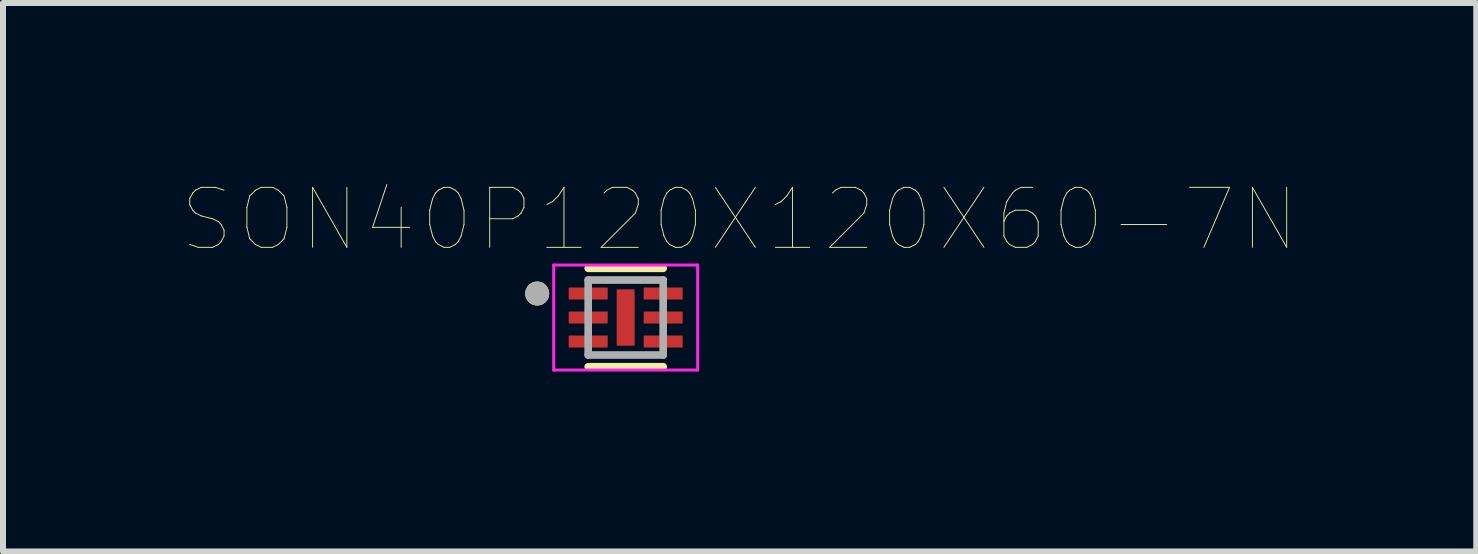
<source format=kicad_pcb>
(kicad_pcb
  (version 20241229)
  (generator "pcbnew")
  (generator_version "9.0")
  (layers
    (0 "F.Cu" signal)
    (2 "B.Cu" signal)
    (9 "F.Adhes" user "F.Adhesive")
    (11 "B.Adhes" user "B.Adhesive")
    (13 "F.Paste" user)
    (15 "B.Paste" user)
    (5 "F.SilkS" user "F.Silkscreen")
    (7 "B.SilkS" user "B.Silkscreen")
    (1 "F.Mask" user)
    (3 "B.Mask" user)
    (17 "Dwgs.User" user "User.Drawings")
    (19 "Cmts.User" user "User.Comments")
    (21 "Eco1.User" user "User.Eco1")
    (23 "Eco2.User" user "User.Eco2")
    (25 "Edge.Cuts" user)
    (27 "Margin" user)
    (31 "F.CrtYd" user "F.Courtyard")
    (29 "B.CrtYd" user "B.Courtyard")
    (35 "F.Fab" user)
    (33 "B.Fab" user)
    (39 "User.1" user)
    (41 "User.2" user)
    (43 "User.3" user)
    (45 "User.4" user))
  (footprint "SON40P120X120X60-7N"
    (layer "F.Cu")
    (at 7.38 2.243)
    (property "Reference" "SON40P120X120X60-7N" (at 1.9 -1.632 0) (layer "F.SilkS") (effects (font (size 1 1) (thickness 0.015))))
    (attr through_hole)
    (fp_line (start -0.625 -0.82) (end 0.625 -0.82) (stroke (width 0.127) (type solid)) (layer "F.SilkS"))
    (fp_line (start -0.625 0.82) (end 0.625 0.82) (stroke (width 0.127) (type solid)) (layer "F.SilkS"))
    (fp_circle (center -1.475 -0.4) (end -1.375 -0.4) (stroke (width 0.2) (type solid)) (fill no) (layer "F.SilkS"))
    (fp_poly (pts (xy -0.072 -0.392) (xy 0.072 -0.392) (xy 0.072 0.392) (xy -0.072 0.392)) (stroke (width 0.01) (type solid)) (fill yes) (layer "F.Paste"))
    (fp_line (start -1.2 -0.875) (end -1.2 0.875) (stroke (width 0.05) (type solid)) (layer "F.CrtYd"))
    (fp_line (start -1.2 -0.875) (end 1.2 -0.875) (stroke (width 0.05) (type solid)) (layer "F.CrtYd"))
    (fp_line (start -1.2 0.875) (end 1.2 0.875) (stroke (width 0.05) (type solid)) (layer "F.CrtYd"))
    (fp_line (start 1.2 -0.875) (end 1.2 0.875) (stroke (width 0.05) (type solid)) (layer "F.CrtYd"))
    (fp_line (start -0.625 -0.625) (end -0.625 0.625) (stroke (width 0.127) (type solid)) (layer "F.Fab"))
    (fp_line (start -0.625 -0.625) (end 0.625 -0.625) (stroke (width 0.127) (type solid)) (layer "F.Fab"))
    (fp_line (start -0.625 0.625) (end 0.625 0.625) (stroke (width 0.127) (type solid)) (layer "F.Fab"))
    (fp_line (start 0.625 -0.625) (end 0.625 0.625) (stroke (width 0.127) (type solid)) (layer "F.Fab"))
    (fp_circle (center -1.475 -0.4) (end -1.375 -0.4) (stroke (width 0.2) (type solid)) (fill no) (layer "F.Fab"))
    (pad "1" smd rect (at -0.625 -0.4) (size 0.65 0.2) (layers "F.Cu" "F.Mask" "F.Paste"))
    (pad "2" smd rect (at -0.625 0) (size 0.65 0.2) (layers "F.Cu" "F.Mask" "F.Paste"))
    (pad "3" smd rect (at -0.625 0.4) (size 0.65 0.2) (layers "F.Cu" "F.Mask" "F.Paste"))
    (pad "4" smd rect (at 0.625 0.4) (size 0.65 0.2) (layers "F.Cu" "F.Mask" "F.Paste"))
    (pad "5" smd rect (at 0.625 0) (size 0.65 0.2) (layers "F.Cu" "F.Mask" "F.Paste"))
    (pad "6" smd rect (at 0.625 -0.4) (size 0.65 0.2) (layers "F.Cu" "F.Mask" "F.Paste"))
    (pad "7" smd rect (at 0 0) (size 0.3 0.94) (layers "F.Cu" "F.Mask")))
  (gr_rect
    (start -3 -3)
    (end 21.559 6.143)
    (stroke (width 0.1) (type default))
    (fill no)
    (layer "Edge.Cuts")))
</source>
